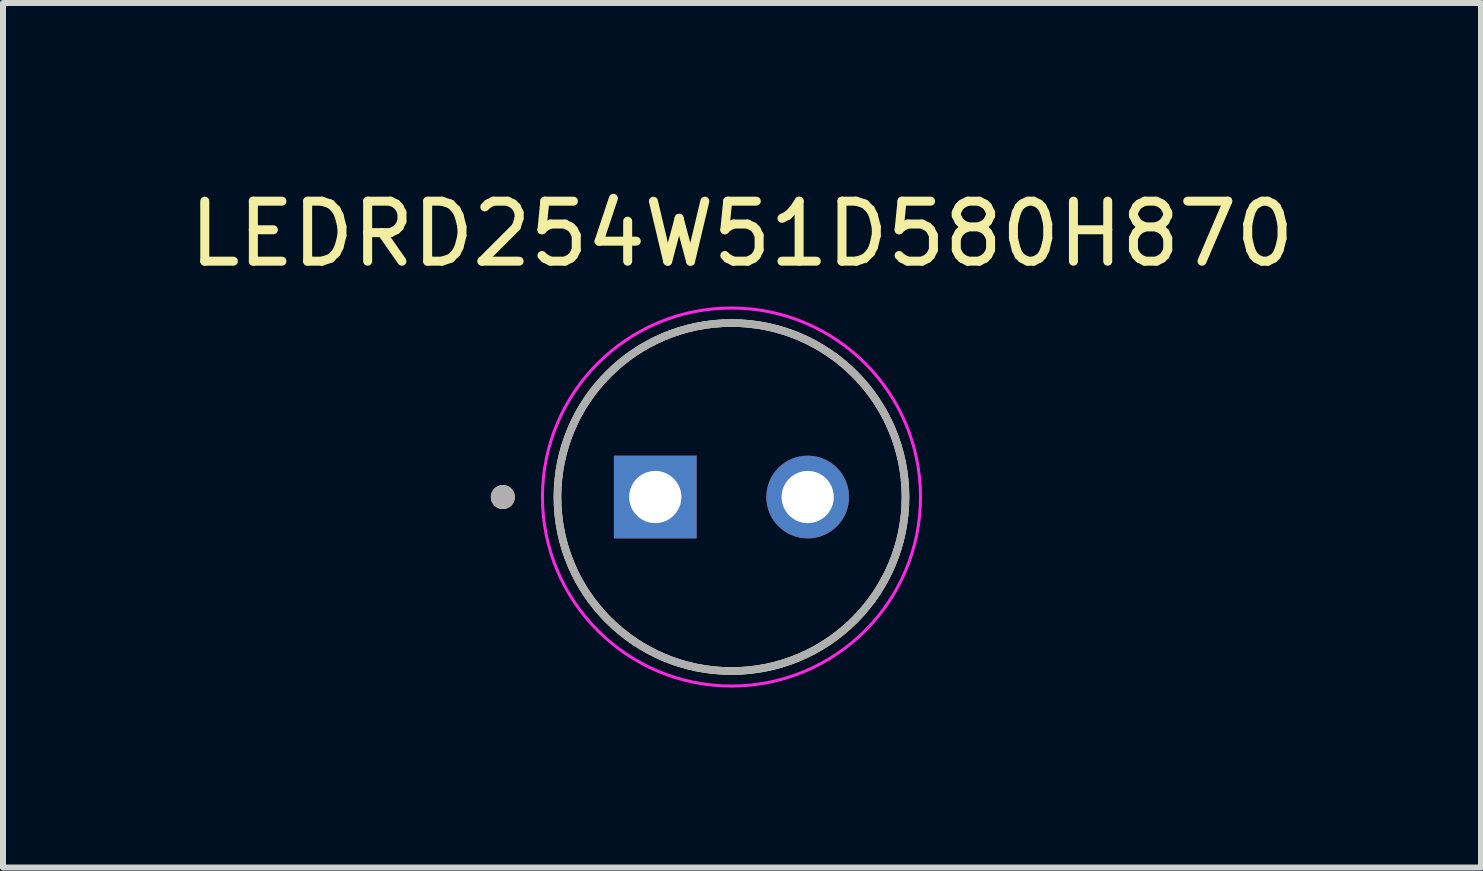
<source format=kicad_pcb>
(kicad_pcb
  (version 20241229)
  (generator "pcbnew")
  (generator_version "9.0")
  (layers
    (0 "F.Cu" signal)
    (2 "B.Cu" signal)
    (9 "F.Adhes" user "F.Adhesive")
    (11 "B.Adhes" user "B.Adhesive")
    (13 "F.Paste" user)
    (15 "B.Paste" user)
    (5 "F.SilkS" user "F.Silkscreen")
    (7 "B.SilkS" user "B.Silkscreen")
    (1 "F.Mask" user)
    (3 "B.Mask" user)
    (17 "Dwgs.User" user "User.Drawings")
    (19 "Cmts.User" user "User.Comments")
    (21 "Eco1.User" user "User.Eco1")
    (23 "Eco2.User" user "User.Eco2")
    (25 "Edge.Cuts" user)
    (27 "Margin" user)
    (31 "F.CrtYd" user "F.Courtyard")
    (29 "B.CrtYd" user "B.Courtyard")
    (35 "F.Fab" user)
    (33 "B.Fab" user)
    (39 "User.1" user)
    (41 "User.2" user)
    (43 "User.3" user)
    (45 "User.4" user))
  (footprint "LEDRD254W51D580H870"
    (layer "F.Cu")
    (at 9.14 5.233)
    (property "Reference" "LEDRD254W51D580H870" (at 0.175 -4.385 0) (layer "F.SilkS") (effects (font (size 1 1) (thickness 0.15))))
    (attr through_hole)
    (fp_circle (center -3.81 0) (end -3.71 0) (stroke (width 0.2) (type solid)) (fill no) (layer "F.SilkS"))
    (fp_circle (center 0 0) (end 2.9 0) (stroke (width 0.127) (type solid)) (fill no) (layer "F.SilkS"))
    (fp_circle (center 0 0) (end 3.15 0) (stroke (width 0.05) (type solid)) (fill no) (layer "F.CrtYd"))
    (fp_circle (center -3.81 0) (end -3.71 0) (stroke (width 0.2) (type solid)) (fill no) (layer "F.Fab"))
    (fp_circle (center 0 0) (end 2.9 0) (stroke (width 0.127) (type solid)) (fill no) (layer "F.Fab"))
    (pad "1" thru_hole rect (at -1.27 0) (size 1.378 1.378) (drill 0.87) (layers "*.Cu" "*.Mask"))
    (pad "2" thru_hole circle (at 1.27 0) (size 1.378 1.378) (drill 0.87) (layers "*.Cu" "*.Mask")))
  (gr_rect
    (start -3 -3)
    (end 21.631 11.408)
    (stroke (width 0.1) (type default))
    (fill no)
    (layer "Edge.Cuts")))
</source>
